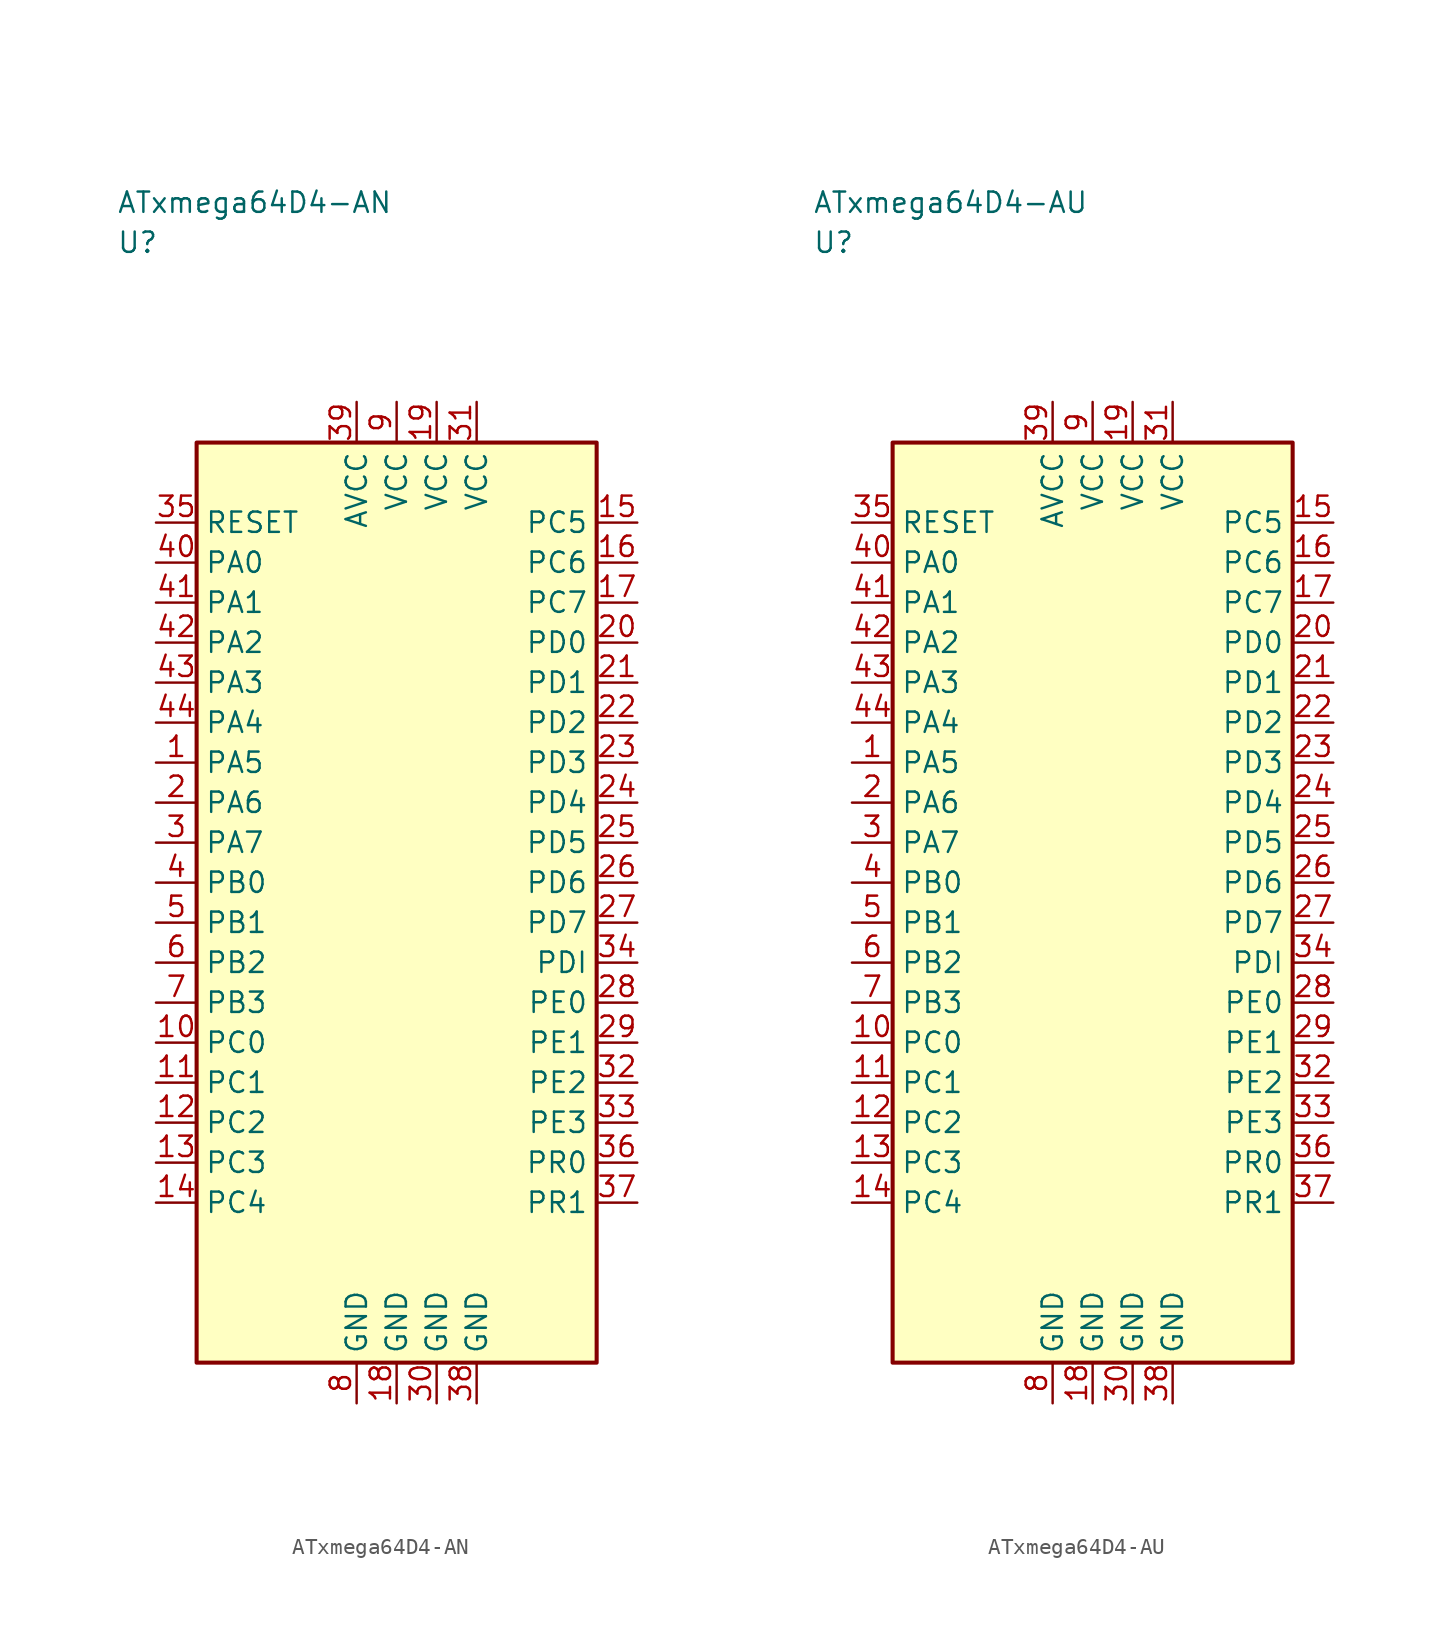
<source format=kicad_sym>
(kicad_symbol_lib
  (version 20241025)
  (generator "kicad_symbol_editor")
  (generator_version "8.0")
  (symbol "ATxmega64D4-AN"
    (property "Reference" "U"
      (at -17.5 41.25 0)
      (effects (font (size 1.27 1.27)) (justify left)))
    (property "Value" "ATxmega64D4-AN"
      (at -17.5 43.75 0)
      (effects (font (size 1.27 1.27)) (justify left)))
    (symbol "ATxmega64D4-AN_0_1"
      (rectangle (start -12.5 28.75) (end 12.5 -28.75) (stroke (width 0.254) (type default)) (fill (type background))))
    (symbol "ATxmega64D4-AN_1_1"
      (pin bidirectional line (at -15.04 8.75 0.0) (length 2.54) (name "PA5" (effects (font (size 1.27 1.27)))) (number "1" (effects (font (size 1.27 1.27)))))
      (pin bidirectional line (at -15.04 6.25 0.0) (length 2.54) (name "PA6" (effects (font (size 1.27 1.27)))) (number "2" (effects (font (size 1.27 1.27)))))
      (pin bidirectional line (at -15.04 3.75 0.0) (length 2.54) (name "PA7" (effects (font (size 1.27 1.27)))) (number "3" (effects (font (size 1.27 1.27)))))
      (pin bidirectional line (at -15.04 1.25 0.0) (length 2.54) (name "PB0" (effects (font (size 1.27 1.27)))) (number "4" (effects (font (size 1.27 1.27)))))
      (pin bidirectional line (at -15.04 -1.25 0.0) (length 2.54) (name "PB1" (effects (font (size 1.27 1.27)))) (number "5" (effects (font (size 1.27 1.27)))))
      (pin bidirectional line (at -15.04 -3.75 0.0) (length 2.54) (name "PB2" (effects (font (size 1.27 1.27)))) (number "6" (effects (font (size 1.27 1.27)))))
      (pin bidirectional line (at -15.04 -6.25 0.0) (length 2.54) (name "PB3" (effects (font (size 1.27 1.27)))) (number "7" (effects (font (size 1.27 1.27)))))
      (pin passive line (at -2.5 -31.29 90.0) (length 2.54) (name "GND" (effects (font (size 1.27 1.27)))) (number "8" (effects (font (size 1.27 1.27)))))
      (pin power_in line (at 0.0 31.29 270.0) (length 2.54) (name "VCC" (effects (font (size 1.27 1.27)))) (number "9" (effects (font (size 1.27 1.27)))))
      (pin bidirectional line (at -15.04 -8.75 0.0) (length 2.54) (name "PC0" (effects (font (size 1.27 1.27)))) (number "10" (effects (font (size 1.27 1.27)))))
      (pin bidirectional line (at -15.04 -11.25 0.0) (length 2.54) (name "PC1" (effects (font (size 1.27 1.27)))) (number "11" (effects (font (size 1.27 1.27)))))
      (pin bidirectional line (at -15.04 -13.75 0.0) (length 2.54) (name "PC2" (effects (font (size 1.27 1.27)))) (number "12" (effects (font (size 1.27 1.27)))))
      (pin bidirectional line (at -15.04 -16.25 0.0) (length 2.54) (name "PC3" (effects (font (size 1.27 1.27)))) (number "13" (effects (font (size 1.27 1.27)))))
      (pin bidirectional line (at -15.04 -18.75 0.0) (length 2.54) (name "PC4" (effects (font (size 1.27 1.27)))) (number "14" (effects (font (size 1.27 1.27)))))
      (pin bidirectional line (at 15.04 23.75 180.0) (length 2.54) (name "PC5" (effects (font (size 1.27 1.27)))) (number "15" (effects (font (size 1.27 1.27)))))
      (pin bidirectional line (at 15.04 21.25 180.0) (length 2.54) (name "PC6" (effects (font (size 1.27 1.27)))) (number "16" (effects (font (size 1.27 1.27)))))
      (pin bidirectional line (at 15.04 18.75 180.0) (length 2.54) (name "PC7" (effects (font (size 1.27 1.27)))) (number "17" (effects (font (size 1.27 1.27)))))
      (pin passive line (at 0.0 -31.29 90.0) (length 2.54) (name "GND" (effects (font (size 1.27 1.27)))) (number "18" (effects (font (size 1.27 1.27)))))
      (pin power_in line (at 2.5 31.29 270.0) (length 2.54) (name "VCC" (effects (font (size 1.27 1.27)))) (number "19" (effects (font (size 1.27 1.27)))))
      (pin bidirectional line (at 15.04 16.25 180.0) (length 2.54) (name "PD0" (effects (font (size 1.27 1.27)))) (number "20" (effects (font (size 1.27 1.27)))))
      (pin bidirectional line (at 15.04 13.75 180.0) (length 2.54) (name "PD1" (effects (font (size 1.27 1.27)))) (number "21" (effects (font (size 1.27 1.27)))))
      (pin bidirectional line (at 15.04 11.25 180.0) (length 2.54) (name "PD2" (effects (font (size 1.27 1.27)))) (number "22" (effects (font (size 1.27 1.27)))))
      (pin bidirectional line (at 15.04 8.75 180.0) (length 2.54) (name "PD3" (effects (font (size 1.27 1.27)))) (number "23" (effects (font (size 1.27 1.27)))))
      (pin bidirectional line (at 15.04 6.25 180.0) (length 2.54) (name "PD4" (effects (font (size 1.27 1.27)))) (number "24" (effects (font (size 1.27 1.27)))))
      (pin bidirectional line (at 15.04 3.75 180.0) (length 2.54) (name "PD5" (effects (font (size 1.27 1.27)))) (number "25" (effects (font (size 1.27 1.27)))))
      (pin bidirectional line (at 15.04 1.25 180.0) (length 2.54) (name "PD6" (effects (font (size 1.27 1.27)))) (number "26" (effects (font (size 1.27 1.27)))))
      (pin bidirectional line (at 15.04 -1.25 180.0) (length 2.54) (name "PD7" (effects (font (size 1.27 1.27)))) (number "27" (effects (font (size 1.27 1.27)))))
      (pin bidirectional line (at 15.04 -6.25 180.0) (length 2.54) (name "PE0" (effects (font (size 1.27 1.27)))) (number "28" (effects (font (size 1.27 1.27)))))
      (pin bidirectional line (at 15.04 -8.75 180.0) (length 2.54) (name "PE1" (effects (font (size 1.27 1.27)))) (number "29" (effects (font (size 1.27 1.27)))))
      (pin passive line (at 2.5 -31.29 90.0) (length 2.54) (name "GND" (effects (font (size 1.27 1.27)))) (number "30" (effects (font (size 1.27 1.27)))))
      (pin power_in line (at 5.0 31.29 270.0) (length 2.54) (name "VCC" (effects (font (size 1.27 1.27)))) (number "31" (effects (font (size 1.27 1.27)))))
      (pin bidirectional line (at 15.04 -11.25 180.0) (length 2.54) (name "PE2" (effects (font (size 1.27 1.27)))) (number "32" (effects (font (size 1.27 1.27)))))
      (pin bidirectional line (at 15.04 -13.75 180.0) (length 2.54) (name "PE3" (effects (font (size 1.27 1.27)))) (number "33" (effects (font (size 1.27 1.27)))))
      (pin bidirectional line (at 15.04 -3.75 180.0) (length 2.54) (name "PDI" (effects (font (size 1.27 1.27)))) (number "34" (effects (font (size 1.27 1.27)))))
      (pin input line (at -15.04 23.75 0.0) (length 2.54) (name "RESET" (effects (font (size 1.27 1.27)))) (number "35" (effects (font (size 1.27 1.27)))))
      (pin bidirectional line (at 15.04 -16.25 180.0) (length 2.54) (name "PR0" (effects (font (size 1.27 1.27)))) (number "36" (effects (font (size 1.27 1.27)))))
      (pin bidirectional line (at 15.04 -18.75 180.0) (length 2.54) (name "PR1" (effects (font (size 1.27 1.27)))) (number "37" (effects (font (size 1.27 1.27)))))
      (pin passive line (at 5.0 -31.29 90.0) (length 2.54) (name "GND" (effects (font (size 1.27 1.27)))) (number "38" (effects (font (size 1.27 1.27)))))
      (pin power_in line (at -2.5 31.29 270.0) (length 2.54) (name "AVCC" (effects (font (size 1.27 1.27)))) (number "39" (effects (font (size 1.27 1.27)))))
      (pin bidirectional line (at -15.04 21.25 0.0) (length 2.54) (name "PA0" (effects (font (size 1.27 1.27)))) (number "40" (effects (font (size 1.27 1.27)))))
      (pin bidirectional line (at -15.04 18.75 0.0) (length 2.54) (name "PA1" (effects (font (size 1.27 1.27)))) (number "41" (effects (font (size 1.27 1.27)))))
      (pin bidirectional line (at -15.04 16.25 0.0) (length 2.54) (name "PA2" (effects (font (size 1.27 1.27)))) (number "42" (effects (font (size 1.27 1.27)))))
      (pin bidirectional line (at -15.04 13.75 0.0) (length 2.54) (name "PA3" (effects (font (size 1.27 1.27)))) (number "43" (effects (font (size 1.27 1.27)))))
      (pin bidirectional line (at -15.04 11.25 0.0) (length 2.54) (name "PA4" (effects (font (size 1.27 1.27)))) (number "44" (effects (font (size 1.27 1.27)))))))
  (symbol "ATxmega64D4-AU"
    (property "Reference" "U"
      (at -17.5 41.25 0)
      (effects (font (size 1.27 1.27)) (justify left)))
    (property "Value" "ATxmega64D4-AU"
      (at -17.5 43.75 0)
      (effects (font (size 1.27 1.27)) (justify left)))
    (symbol "ATxmega64D4-AU_0_1"
      (rectangle (start -12.5 28.75) (end 12.5 -28.75) (stroke (width 0.254) (type default)) (fill (type background))))
    (symbol "ATxmega64D4-AU_1_1"
      (pin bidirectional line (at -15.04 8.75 0.0) (length 2.54) (name "PA5" (effects (font (size 1.27 1.27)))) (number "1" (effects (font (size 1.27 1.27)))))
      (pin bidirectional line (at -15.04 6.25 0.0) (length 2.54) (name "PA6" (effects (font (size 1.27 1.27)))) (number "2" (effects (font (size 1.27 1.27)))))
      (pin bidirectional line (at -15.04 3.75 0.0) (length 2.54) (name "PA7" (effects (font (size 1.27 1.27)))) (number "3" (effects (font (size 1.27 1.27)))))
      (pin bidirectional line (at -15.04 1.25 0.0) (length 2.54) (name "PB0" (effects (font (size 1.27 1.27)))) (number "4" (effects (font (size 1.27 1.27)))))
      (pin bidirectional line (at -15.04 -1.25 0.0) (length 2.54) (name "PB1" (effects (font (size 1.27 1.27)))) (number "5" (effects (font (size 1.27 1.27)))))
      (pin bidirectional line (at -15.04 -3.75 0.0) (length 2.54) (name "PB2" (effects (font (size 1.27 1.27)))) (number "6" (effects (font (size 1.27 1.27)))))
      (pin bidirectional line (at -15.04 -6.25 0.0) (length 2.54) (name "PB3" (effects (font (size 1.27 1.27)))) (number "7" (effects (font (size 1.27 1.27)))))
      (pin passive line (at -2.5 -31.29 90.0) (length 2.54) (name "GND" (effects (font (size 1.27 1.27)))) (number "8" (effects (font (size 1.27 1.27)))))
      (pin power_in line (at 0.0 31.29 270.0) (length 2.54) (name "VCC" (effects (font (size 1.27 1.27)))) (number "9" (effects (font (size 1.27 1.27)))))
      (pin bidirectional line (at -15.04 -8.75 0.0) (length 2.54) (name "PC0" (effects (font (size 1.27 1.27)))) (number "10" (effects (font (size 1.27 1.27)))))
      (pin bidirectional line (at -15.04 -11.25 0.0) (length 2.54) (name "PC1" (effects (font (size 1.27 1.27)))) (number "11" (effects (font (size 1.27 1.27)))))
      (pin bidirectional line (at -15.04 -13.75 0.0) (length 2.54) (name "PC2" (effects (font (size 1.27 1.27)))) (number "12" (effects (font (size 1.27 1.27)))))
      (pin bidirectional line (at -15.04 -16.25 0.0) (length 2.54) (name "PC3" (effects (font (size 1.27 1.27)))) (number "13" (effects (font (size 1.27 1.27)))))
      (pin bidirectional line (at -15.04 -18.75 0.0) (length 2.54) (name "PC4" (effects (font (size 1.27 1.27)))) (number "14" (effects (font (size 1.27 1.27)))))
      (pin bidirectional line (at 15.04 23.75 180.0) (length 2.54) (name "PC5" (effects (font (size 1.27 1.27)))) (number "15" (effects (font (size 1.27 1.27)))))
      (pin bidirectional line (at 15.04 21.25 180.0) (length 2.54) (name "PC6" (effects (font (size 1.27 1.27)))) (number "16" (effects (font (size 1.27 1.27)))))
      (pin bidirectional line (at 15.04 18.75 180.0) (length 2.54) (name "PC7" (effects (font (size 1.27 1.27)))) (number "17" (effects (font (size 1.27 1.27)))))
      (pin passive line (at 0.0 -31.29 90.0) (length 2.54) (name "GND" (effects (font (size 1.27 1.27)))) (number "18" (effects (font (size 1.27 1.27)))))
      (pin power_in line (at 2.5 31.29 270.0) (length 2.54) (name "VCC" (effects (font (size 1.27 1.27)))) (number "19" (effects (font (size 1.27 1.27)))))
      (pin bidirectional line (at 15.04 16.25 180.0) (length 2.54) (name "PD0" (effects (font (size 1.27 1.27)))) (number "20" (effects (font (size 1.27 1.27)))))
      (pin bidirectional line (at 15.04 13.75 180.0) (length 2.54) (name "PD1" (effects (font (size 1.27 1.27)))) (number "21" (effects (font (size 1.27 1.27)))))
      (pin bidirectional line (at 15.04 11.25 180.0) (length 2.54) (name "PD2" (effects (font (size 1.27 1.27)))) (number "22" (effects (font (size 1.27 1.27)))))
      (pin bidirectional line (at 15.04 8.75 180.0) (length 2.54) (name "PD3" (effects (font (size 1.27 1.27)))) (number "23" (effects (font (size 1.27 1.27)))))
      (pin bidirectional line (at 15.04 6.25 180.0) (length 2.54) (name "PD4" (effects (font (size 1.27 1.27)))) (number "24" (effects (font (size 1.27 1.27)))))
      (pin bidirectional line (at 15.04 3.75 180.0) (length 2.54) (name "PD5" (effects (font (size 1.27 1.27)))) (number "25" (effects (font (size 1.27 1.27)))))
      (pin bidirectional line (at 15.04 1.25 180.0) (length 2.54) (name "PD6" (effects (font (size 1.27 1.27)))) (number "26" (effects (font (size 1.27 1.27)))))
      (pin bidirectional line (at 15.04 -1.25 180.0) (length 2.54) (name "PD7" (effects (font (size 1.27 1.27)))) (number "27" (effects (font (size 1.27 1.27)))))
      (pin bidirectional line (at 15.04 -6.25 180.0) (length 2.54) (name "PE0" (effects (font (size 1.27 1.27)))) (number "28" (effects (font (size 1.27 1.27)))))
      (pin bidirectional line (at 15.04 -8.75 180.0) (length 2.54) (name "PE1" (effects (font (size 1.27 1.27)))) (number "29" (effects (font (size 1.27 1.27)))))
      (pin passive line (at 2.5 -31.29 90.0) (length 2.54) (name "GND" (effects (font (size 1.27 1.27)))) (number "30" (effects (font (size 1.27 1.27)))))
      (pin power_in line (at 5.0 31.29 270.0) (length 2.54) (name "VCC" (effects (font (size 1.27 1.27)))) (number "31" (effects (font (size 1.27 1.27)))))
      (pin bidirectional line (at 15.04 -11.25 180.0) (length 2.54) (name "PE2" (effects (font (size 1.27 1.27)))) (number "32" (effects (font (size 1.27 1.27)))))
      (pin bidirectional line (at 15.04 -13.75 180.0) (length 2.54) (name "PE3" (effects (font (size 1.27 1.27)))) (number "33" (effects (font (size 1.27 1.27)))))
      (pin bidirectional line (at 15.04 -3.75 180.0) (length 2.54) (name "PDI" (effects (font (size 1.27 1.27)))) (number "34" (effects (font (size 1.27 1.27)))))
      (pin input line (at -15.04 23.75 0.0) (length 2.54) (name "RESET" (effects (font (size 1.27 1.27)))) (number "35" (effects (font (size 1.27 1.27)))))
      (pin bidirectional line (at 15.04 -16.25 180.0) (length 2.54) (name "PR0" (effects (font (size 1.27 1.27)))) (number "36" (effects (font (size 1.27 1.27)))))
      (pin bidirectional line (at 15.04 -18.75 180.0) (length 2.54) (name "PR1" (effects (font (size 1.27 1.27)))) (number "37" (effects (font (size 1.27 1.27)))))
      (pin passive line (at 5.0 -31.29 90.0) (length 2.54) (name "GND" (effects (font (size 1.27 1.27)))) (number "38" (effects (font (size 1.27 1.27)))))
      (pin power_in line (at -2.5 31.29 270.0) (length 2.54) (name "AVCC" (effects (font (size 1.27 1.27)))) (number "39" (effects (font (size 1.27 1.27)))))
      (pin bidirectional line (at -15.04 21.25 0.0) (length 2.54) (name "PA0" (effects (font (size 1.27 1.27)))) (number "40" (effects (font (size 1.27 1.27)))))
      (pin bidirectional line (at -15.04 18.75 0.0) (length 2.54) (name "PA1" (effects (font (size 1.27 1.27)))) (number "41" (effects (font (size 1.27 1.27)))))
      (pin bidirectional line (at -15.04 16.25 0.0) (length 2.54) (name "PA2" (effects (font (size 1.27 1.27)))) (number "42" (effects (font (size 1.27 1.27)))))
      (pin bidirectional line (at -15.04 13.75 0.0) (length 2.54) (name "PA3" (effects (font (size 1.27 1.27)))) (number "43" (effects (font (size 1.27 1.27)))))
      (pin bidirectional line (at -15.04 11.25 0.0) (length 2.54) (name "PA4" (effects (font (size 1.27 1.27)))) (number "44" (effects (font (size 1.27 1.27))))))))
</source>
